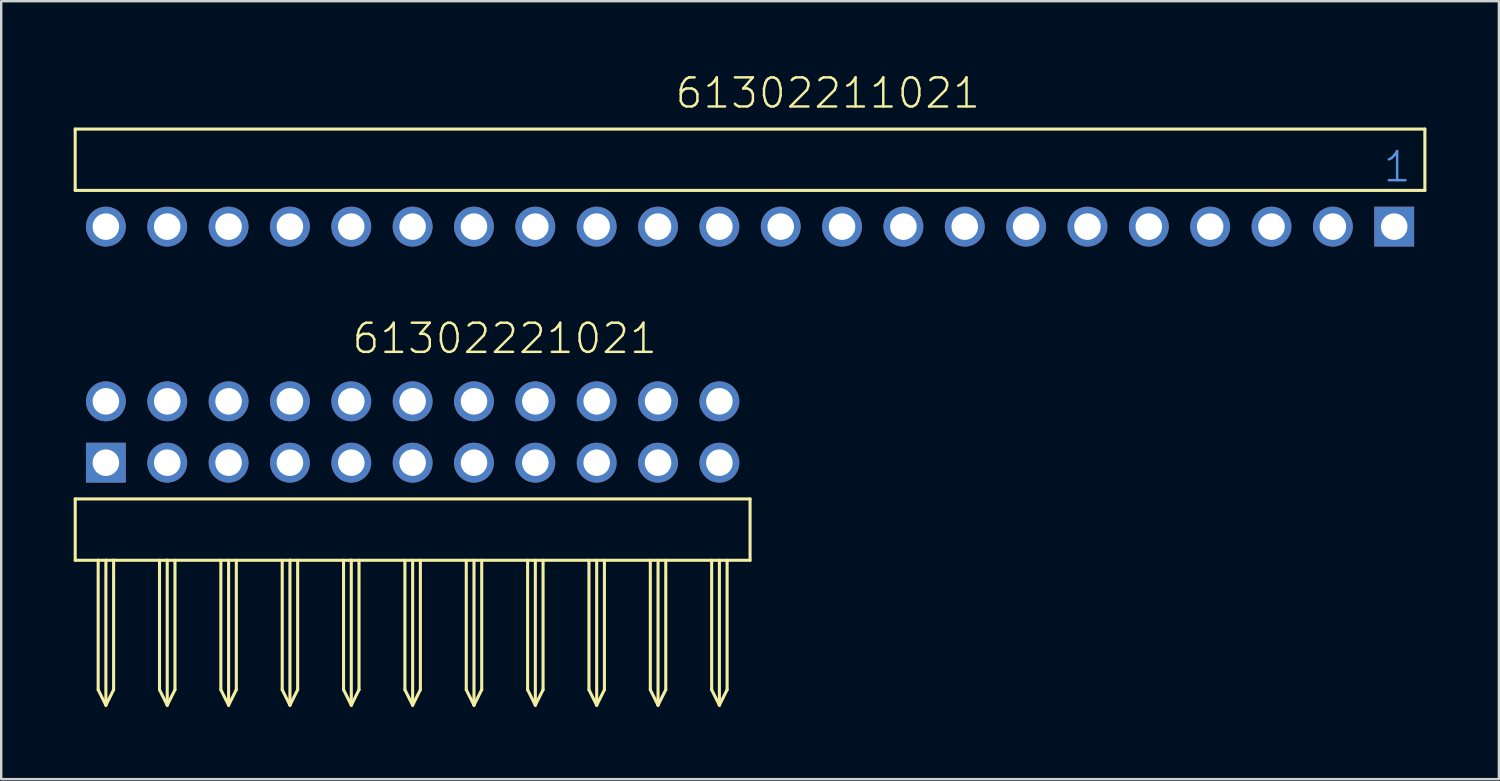
<source format=kicad_pcb>
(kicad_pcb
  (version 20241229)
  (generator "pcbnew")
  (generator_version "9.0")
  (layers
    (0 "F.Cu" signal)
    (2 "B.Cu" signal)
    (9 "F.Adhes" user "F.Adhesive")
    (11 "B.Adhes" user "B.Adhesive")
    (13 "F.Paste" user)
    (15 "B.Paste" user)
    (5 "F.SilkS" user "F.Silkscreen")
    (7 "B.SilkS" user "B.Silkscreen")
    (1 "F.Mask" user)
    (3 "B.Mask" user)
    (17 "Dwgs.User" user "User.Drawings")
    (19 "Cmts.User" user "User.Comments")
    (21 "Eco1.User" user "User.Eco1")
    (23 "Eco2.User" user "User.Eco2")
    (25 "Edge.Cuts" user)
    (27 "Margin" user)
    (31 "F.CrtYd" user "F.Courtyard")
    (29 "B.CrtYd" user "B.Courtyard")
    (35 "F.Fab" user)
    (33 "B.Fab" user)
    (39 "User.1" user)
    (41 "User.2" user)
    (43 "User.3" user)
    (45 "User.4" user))
  (footprint "61302221021"
    (layer "F.Cu")
    (at 14.034 16.106)
    (property "Reference" "61302221021" (at -2.573 -4.436 0) (layer "F.SilkS") (effects (font (size 1.206 1.206) (thickness 0.102)) (justify left bottom)))
    (attr through_hole)
    (fp_line (start -13.97 1.5) (end -13.97 4.04) (stroke (width 0.127) (type solid)) (layer "F.SilkS"))
    (fp_line (start -13.97 4.04) (end -13.02 4.04) (stroke (width 0.127) (type solid)) (layer "F.SilkS"))
    (fp_line (start -13.02 4.04) (end -13.02 9.4) (stroke (width 0.127) (type solid)) (layer "F.SilkS"))
    (fp_line (start -13.02 4.04) (end -12.7 4.04) (stroke (width 0.127) (type solid)) (layer "F.SilkS"))
    (fp_line (start -13.02 9.4) (end -12.7 10.04) (stroke (width 0.127) (type solid)) (layer "F.SilkS"))
    (fp_line (start -12.7 4.04) (end -12.7 10.04) (stroke (width 0.127) (type solid)) (layer "F.SilkS"))
    (fp_line (start -12.7 4.04) (end -12.38 4.04) (stroke (width 0.127) (type solid)) (layer "F.SilkS"))
    (fp_line (start -12.7 10.04) (end -12.38 9.4) (stroke (width 0.127) (type solid)) (layer "F.SilkS"))
    (fp_line (start -12.38 4.04) (end -12.38 9.4) (stroke (width 0.127) (type solid)) (layer "F.SilkS"))
    (fp_line (start -12.38 4.04) (end -10.16 4.04) (stroke (width 0.127) (type solid)) (layer "F.SilkS"))
    (fp_line (start -10.48 4.04) (end -10.48 9.4) (stroke (width 0.127) (type solid)) (layer "F.SilkS"))
    (fp_line (start -10.48 9.4) (end -10.16 10.04) (stroke (width 0.127) (type solid)) (layer "F.SilkS"))
    (fp_line (start -10.16 4.04) (end -10.16 10.04) (stroke (width 0.127) (type solid)) (layer "F.SilkS"))
    (fp_line (start -10.16 4.04) (end -5.08 4.04) (stroke (width 0.127) (type solid)) (layer "F.SilkS"))
    (fp_line (start -10.16 10.04) (end -9.84 9.4) (stroke (width 0.127) (type solid)) (layer "F.SilkS"))
    (fp_line (start -9.84 4.04) (end -9.84 9.4) (stroke (width 0.127) (type solid)) (layer "F.SilkS"))
    (fp_line (start -7.94 4.04) (end -7.94 9.4) (stroke (width 0.127) (type solid)) (layer "F.SilkS"))
    (fp_line (start -7.94 9.4) (end -7.62 10.04) (stroke (width 0.127) (type solid)) (layer "F.SilkS"))
    (fp_line (start -7.62 4.04) (end -7.62 10.04) (stroke (width 0.127) (type solid)) (layer "F.SilkS"))
    (fp_line (start -7.62 10.04) (end -7.3 9.4) (stroke (width 0.127) (type solid)) (layer "F.SilkS"))
    (fp_line (start -7.3 4.04) (end -7.3 9.4) (stroke (width 0.127) (type solid)) (layer "F.SilkS"))
    (fp_line (start -5.4 4.04) (end -5.4 9.4) (stroke (width 0.127) (type solid)) (layer "F.SilkS"))
    (fp_line (start -5.4 9.4) (end -5.08 10.04) (stroke (width 0.127) (type solid)) (layer "F.SilkS"))
    (fp_line (start -5.08 4.04) (end -5.08 10.04) (stroke (width 0.127) (type solid)) (layer "F.SilkS"))
    (fp_line (start -5.08 4.04) (end -2.54 4.04) (stroke (width 0.127) (type solid)) (layer "F.SilkS"))
    (fp_line (start -5.08 10.04) (end -4.76 9.4) (stroke (width 0.127) (type solid)) (layer "F.SilkS"))
    (fp_line (start -4.76 4.04) (end -4.76 9.4) (stroke (width 0.127) (type solid)) (layer "F.SilkS"))
    (fp_line (start -2.86 4.04) (end -2.86 9.4) (stroke (width 0.127) (type solid)) (layer "F.SilkS"))
    (fp_line (start -2.86 9.4) (end -2.54 10.04) (stroke (width 0.127) (type solid)) (layer "F.SilkS"))
    (fp_line (start -2.54 4.04) (end -2.54 10.04) (stroke (width 0.127) (type solid)) (layer "F.SilkS"))
    (fp_line (start -2.54 4.04) (end 13.97 4.04) (stroke (width 0.127) (type solid)) (layer "F.SilkS"))
    (fp_line (start -2.54 10.04) (end -2.22 9.4) (stroke (width 0.127) (type solid)) (layer "F.SilkS"))
    (fp_line (start -2.22 4.04) (end -2.22 9.4) (stroke (width 0.127) (type solid)) (layer "F.SilkS"))
    (fp_line (start -0.32 4.04) (end -0.32 9.4) (stroke (width 0.127) (type solid)) (layer "F.SilkS"))
    (fp_line (start -0.32 9.4) (end 0 10.04) (stroke (width 0.127) (type solid)) (layer "F.SilkS"))
    (fp_line (start 0 4.04) (end 0 10.04) (stroke (width 0.127) (type solid)) (layer "F.SilkS"))
    (fp_line (start 0 10.04) (end 0.32 9.4) (stroke (width 0.127) (type solid)) (layer "F.SilkS"))
    (fp_line (start 0.32 4.04) (end 0.32 9.4) (stroke (width 0.127) (type solid)) (layer "F.SilkS"))
    (fp_line (start 2.22 4.04) (end 2.22 9.4) (stroke (width 0.127) (type solid)) (layer "F.SilkS"))
    (fp_line (start 2.22 9.4) (end 2.54 10.04) (stroke (width 0.127) (type solid)) (layer "F.SilkS"))
    (fp_line (start 2.54 4.04) (end 2.54 10.04) (stroke (width 0.127) (type solid)) (layer "F.SilkS"))
    (fp_line (start 2.54 10.04) (end 2.86 9.4) (stroke (width 0.127) (type solid)) (layer "F.SilkS"))
    (fp_line (start 2.86 4.04) (end 2.86 9.4) (stroke (width 0.127) (type solid)) (layer "F.SilkS"))
    (fp_line (start 4.76 4.04) (end 4.76 9.4) (stroke (width 0.127) (type solid)) (layer "F.SilkS"))
    (fp_line (start 4.76 9.4) (end 5.08 10.04) (stroke (width 0.127) (type solid)) (layer "F.SilkS"))
    (fp_line (start 5.08 4.04) (end 5.08 10.04) (stroke (width 0.127) (type solid)) (layer "F.SilkS"))
    (fp_line (start 5.08 10.04) (end 5.4 9.4) (stroke (width 0.127) (type solid)) (layer "F.SilkS"))
    (fp_line (start 5.4 4.04) (end 5.4 9.4) (stroke (width 0.127) (type solid)) (layer "F.SilkS"))
    (fp_line (start 7.3 4.04) (end 7.3 9.4) (stroke (width 0.127) (type solid)) (layer "F.SilkS"))
    (fp_line (start 7.3 9.4) (end 7.62 10.04) (stroke (width 0.127) (type solid)) (layer "F.SilkS"))
    (fp_line (start 7.62 4.04) (end 7.62 10.04) (stroke (width 0.127) (type solid)) (layer "F.SilkS"))
    (fp_line (start 7.62 10.04) (end 7.94 9.4) (stroke (width 0.127) (type solid)) (layer "F.SilkS"))
    (fp_line (start 7.94 4.04) (end 7.94 9.4) (stroke (width 0.127) (type solid)) (layer "F.SilkS"))
    (fp_line (start 9.84 4.04) (end 9.84 9.4) (stroke (width 0.127) (type solid)) (layer "F.SilkS"))
    (fp_line (start 9.84 9.4) (end 10.16 10.04) (stroke (width 0.127) (type solid)) (layer "F.SilkS"))
    (fp_line (start 10.16 4.04) (end 10.16 10.04) (stroke (width 0.127) (type solid)) (layer "F.SilkS"))
    (fp_line (start 10.16 10.04) (end 10.48 9.4) (stroke (width 0.127) (type solid)) (layer "F.SilkS"))
    (fp_line (start 10.48 4.04) (end 10.48 9.4) (stroke (width 0.127) (type solid)) (layer "F.SilkS"))
    (fp_line (start 12.38 4.04) (end 12.38 9.4) (stroke (width 0.127) (type solid)) (layer "F.SilkS"))
    (fp_line (start 12.38 9.4) (end 12.7 10.04) (stroke (width 0.127) (type solid)) (layer "F.SilkS"))
    (fp_line (start 12.7 4.04) (end 12.7 10.04) (stroke (width 0.127) (type solid)) (layer "F.SilkS"))
    (fp_line (start 12.7 10.04) (end 13.02 9.4) (stroke (width 0.127) (type solid)) (layer "F.SilkS"))
    (fp_line (start 13.02 4.04) (end 13.02 9.4) (stroke (width 0.127) (type solid)) (layer "F.SilkS"))
    (fp_line (start 13.97 1.5) (end -13.97 1.5) (stroke (width 0.127) (type solid)) (layer "F.SilkS"))
    (fp_line (start 13.97 4.04) (end 13.97 1.5) (stroke (width 0.127) (type solid)) (layer "F.SilkS"))
    (pad "1" thru_hole rect (at -12.7 0 180) (size 1.65 1.65) (drill 1.1) (layers "*.Cu" "*.Mask"))
    (pad "2" thru_hole circle (at -10.16 0 180) (size 1.65 1.65) (drill 1.1) (layers "*.Cu" "*.Mask"))
    (pad "3" thru_hole circle (at -7.62 0 180) (size 1.65 1.65) (drill 1.1) (layers "*.Cu" "*.Mask"))
    (pad "4" thru_hole circle (at -5.08 0 180) (size 1.65 1.65) (drill 1.1) (layers "*.Cu" "*.Mask"))
    (pad "5" thru_hole circle (at -2.54 0 180) (size 1.65 1.65) (drill 1.1) (layers "*.Cu" "*.Mask"))
    (pad "6" thru_hole circle (at 0 0 180) (size 1.65 1.65) (drill 1.1) (layers "*.Cu" "*.Mask"))
    (pad "7" thru_hole circle (at 2.54 0 180) (size 1.65 1.65) (drill 1.1) (layers "*.Cu" "*.Mask"))
    (pad "8" thru_hole circle (at 5.08 0 180) (size 1.65 1.65) (drill 1.1) (layers "*.Cu" "*.Mask"))
    (pad "9" thru_hole circle (at 7.62 0 180) (size 1.65 1.65) (drill 1.1) (layers "*.Cu" "*.Mask"))
    (pad "10" thru_hole circle (at 10.16 0 180) (size 1.65 1.65) (drill 1.1) (layers "*.Cu" "*.Mask"))
    (pad "11" thru_hole circle (at 12.7 0 180) (size 1.65 1.65) (drill 1.1) (layers "*.Cu" "*.Mask"))
    (pad "12" thru_hole circle (at 12.7 -2.54 180) (size 1.65 1.65) (drill 1.1) (layers "*.Cu" "*.Mask"))
    (pad "13" thru_hole circle (at 10.16 -2.54) (size 1.65 1.65) (drill 1.1) (layers "*.Cu" "*.Mask"))
    (pad "14" thru_hole circle (at 7.62 -2.54) (size 1.65 1.65) (drill 1.1) (layers "*.Cu" "*.Mask"))
    (pad "15" thru_hole circle (at 5.08 -2.54) (size 1.65 1.65) (drill 1.1) (layers "*.Cu" "*.Mask"))
    (pad "16" thru_hole circle (at 2.54 -2.54) (size 1.65 1.65) (drill 1.1) (layers "*.Cu" "*.Mask"))
    (pad "17" thru_hole circle (at 0 -2.54) (size 1.65 1.65) (drill 1.1) (layers "*.Cu" "*.Mask"))
    (pad "18" thru_hole circle (at -2.54 -2.54) (size 1.65 1.65) (drill 1.1) (layers "*.Cu" "*.Mask"))
    (pad "19" thru_hole circle (at -5.08 -2.54) (size 1.65 1.65) (drill 1.1) (layers "*.Cu" "*.Mask"))
    (pad "20" thru_hole circle (at -7.62 -2.54) (size 1.65 1.65) (drill 1.1) (layers "*.Cu" "*.Mask"))
    (pad "21" thru_hole circle (at -10.16 -2.54) (size 1.65 1.65) (drill 1.1) (layers "*.Cu" "*.Mask"))
    (pad "22" thru_hole circle (at -12.7 -2.54) (size 1.65 1.65) (drill 1.1) (layers "*.Cu" "*.Mask")))
  (footprint "61302211021"
    (layer "F.Cu")
    (at 28.003 6.333)
    (property "Reference" "61302211021" (at -3.165 -4.822 0) (layer "F.SilkS") (effects (font (size 1.206 1.206) (thickness 0.102)) (justify left bottom)))
    (attr through_hole)
    (fp_line (start -27.94 -4.04) (end 27.94 -4.04) (stroke (width 0.127) (type solid)) (layer "F.SilkS"))
    (fp_line (start -27.94 -1.5) (end -27.94 -4.04) (stroke (width 0.127) (type solid)) (layer "F.SilkS"))
    (fp_line (start 27.94 -4.04) (end 27.94 -1.5) (stroke (width 0.127) (type solid)) (layer "F.SilkS"))
    (fp_line (start 27.94 -1.5) (end -27.94 -1.5) (stroke (width 0.127) (type solid)) (layer "F.SilkS"))
    (fp_text user "1" (at 26.15 -1.77 0) (layer "Cmts.User") (effects (font (size 1.206 1.206) (thickness 0.102)) (justify left bottom)))
    (pad "1" thru_hole rect (at 26.67 0) (size 1.65 1.65) (drill 1.1) (layers "*.Cu" "*.Mask"))
    (pad "2" thru_hole circle (at 24.13 0) (size 1.65 1.65) (drill 1.1) (layers "*.Cu" "*.Mask"))
    (pad "3" thru_hole circle (at 21.59 0) (size 1.65 1.65) (drill 1.1) (layers "*.Cu" "*.Mask"))
    (pad "4" thru_hole circle (at 19.05 0) (size 1.65 1.65) (drill 1.1) (layers "*.Cu" "*.Mask"))
    (pad "5" thru_hole circle (at 16.51 0) (size 1.65 1.65) (drill 1.1) (layers "*.Cu" "*.Mask"))
    (pad "6" thru_hole circle (at 13.97 0) (size 1.65 1.65) (drill 1.1) (layers "*.Cu" "*.Mask"))
    (pad "7" thru_hole circle (at 11.43 0) (size 1.65 1.65) (drill 1.1) (layers "*.Cu" "*.Mask"))
    (pad "8" thru_hole circle (at 8.89 0) (size 1.65 1.65) (drill 1.1) (layers "*.Cu" "*.Mask"))
    (pad "9" thru_hole circle (at 6.35 0) (size 1.65 1.65) (drill 1.1) (layers "*.Cu" "*.Mask"))
    (pad "10" thru_hole circle (at 3.81 0) (size 1.65 1.65) (drill 1.1) (layers "*.Cu" "*.Mask"))
    (pad "11" thru_hole circle (at 1.27 0) (size 1.65 1.65) (drill 1.1) (layers "*.Cu" "*.Mask"))
    (pad "12" thru_hole circle (at -1.27 0) (size 1.65 1.65) (drill 1.1) (layers "*.Cu" "*.Mask"))
    (pad "13" thru_hole circle (at -3.81 0) (size 1.65 1.65) (drill 1.1) (layers "*.Cu" "*.Mask"))
    (pad "14" thru_hole circle (at -6.35 0) (size 1.65 1.65) (drill 1.1) (layers "*.Cu" "*.Mask"))
    (pad "15" thru_hole circle (at -8.89 0) (size 1.65 1.65) (drill 1.1) (layers "*.Cu" "*.Mask"))
    (pad "16" thru_hole circle (at -11.43 0) (size 1.65 1.65) (drill 1.1) (layers "*.Cu" "*.Mask"))
    (pad "17" thru_hole circle (at -13.97 0) (size 1.65 1.65) (drill 1.1) (layers "*.Cu" "*.Mask"))
    (pad "18" thru_hole circle (at -16.51 0) (size 1.65 1.65) (drill 1.1) (layers "*.Cu" "*.Mask"))
    (pad "19" thru_hole circle (at -19.05 0) (size 1.65 1.65) (drill 1.1) (layers "*.Cu" "*.Mask"))
    (pad "20" thru_hole circle (at -21.59 0) (size 1.65 1.65) (drill 1.1) (layers "*.Cu" "*.Mask"))
    (pad "21" thru_hole circle (at -24.13 0) (size 1.65 1.65) (drill 1.1) (layers "*.Cu" "*.Mask"))
    (pad "22" thru_hole circle (at -26.67 0) (size 1.65 1.65) (drill 1.1) (layers "*.Cu" "*.Mask")))
  (gr_rect
    (start -3 -3)
    (end 59.007 29.209)
    (stroke (width 0.1) (type default))
    (fill no)
    (layer "Edge.Cuts")))
</source>
